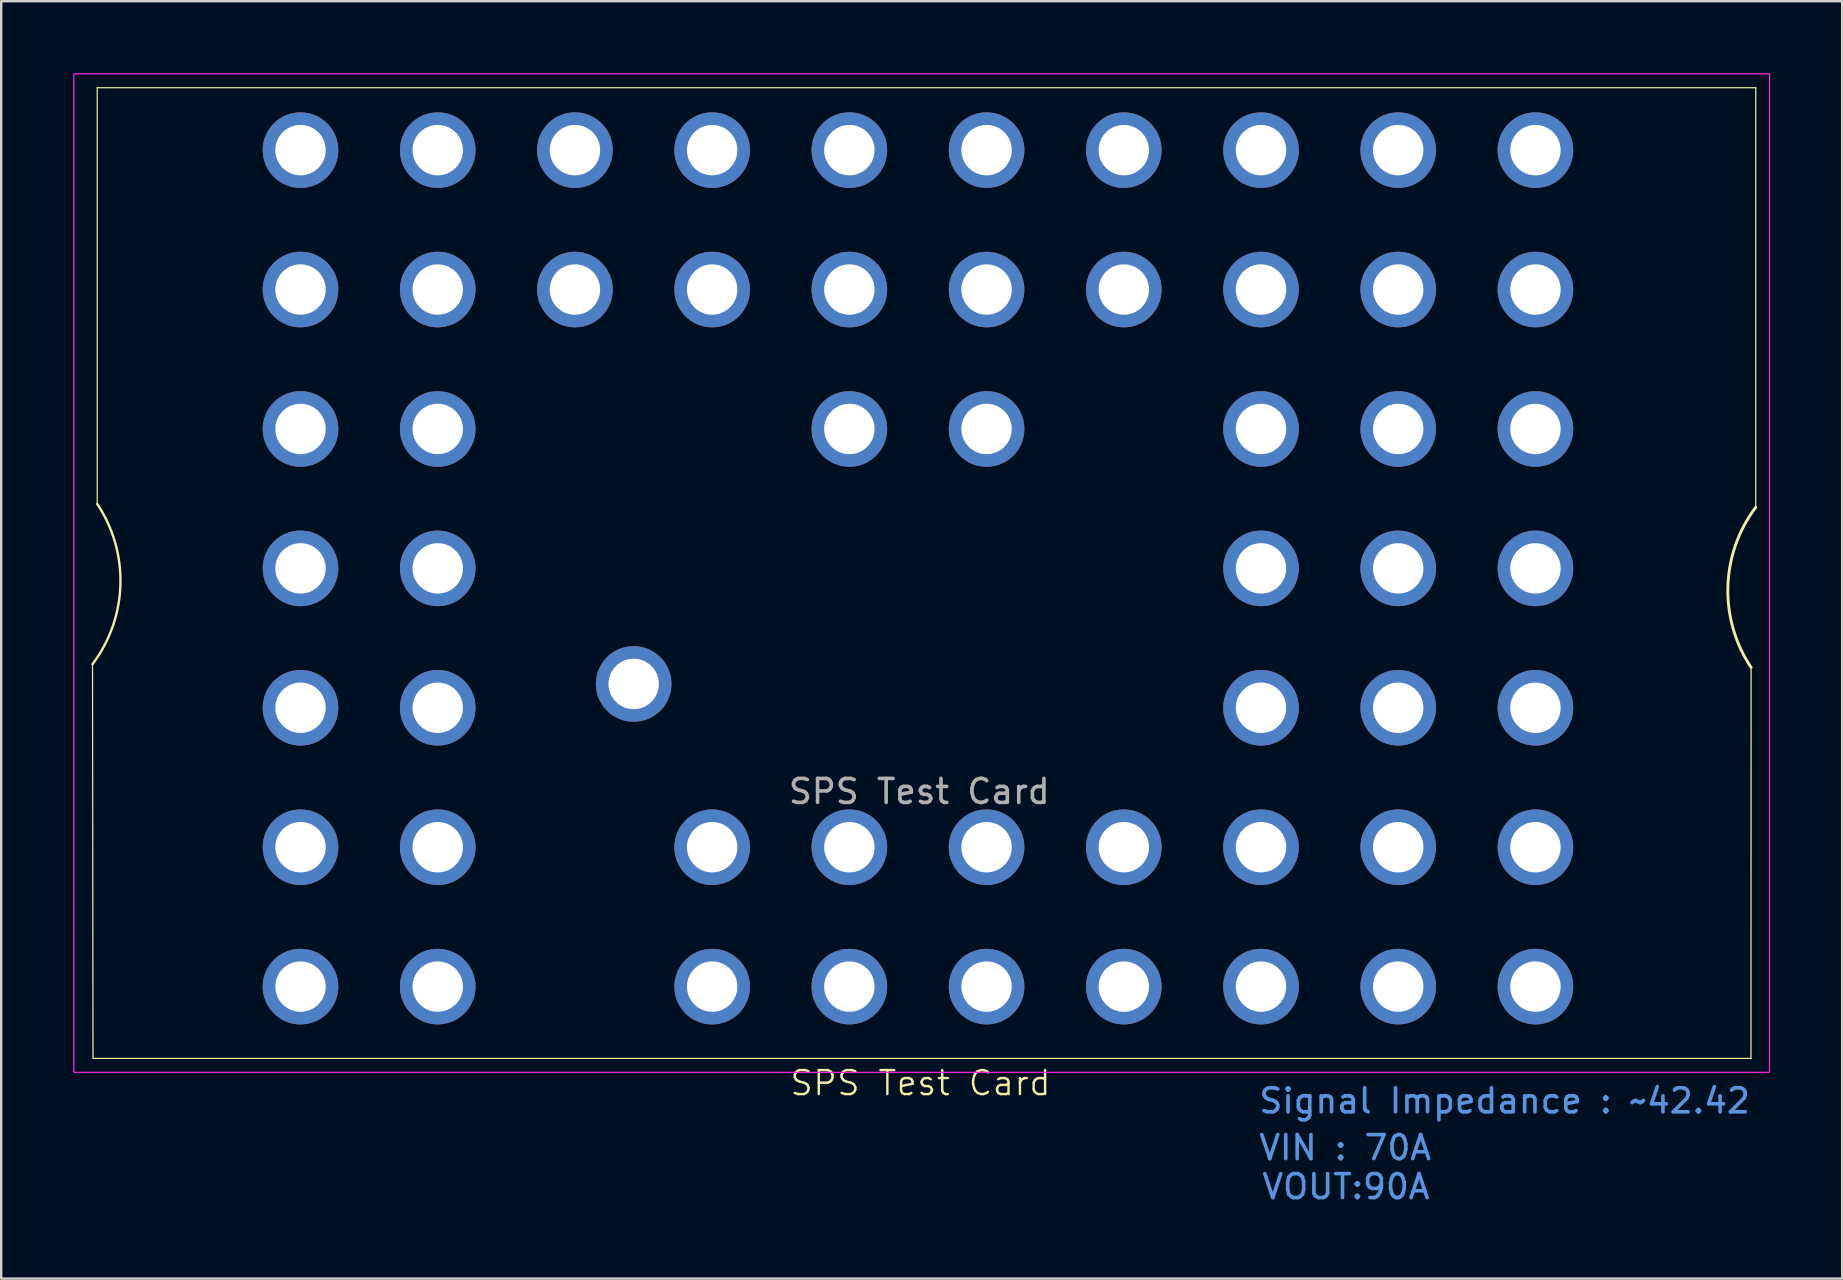
<source format=kicad_pcb>
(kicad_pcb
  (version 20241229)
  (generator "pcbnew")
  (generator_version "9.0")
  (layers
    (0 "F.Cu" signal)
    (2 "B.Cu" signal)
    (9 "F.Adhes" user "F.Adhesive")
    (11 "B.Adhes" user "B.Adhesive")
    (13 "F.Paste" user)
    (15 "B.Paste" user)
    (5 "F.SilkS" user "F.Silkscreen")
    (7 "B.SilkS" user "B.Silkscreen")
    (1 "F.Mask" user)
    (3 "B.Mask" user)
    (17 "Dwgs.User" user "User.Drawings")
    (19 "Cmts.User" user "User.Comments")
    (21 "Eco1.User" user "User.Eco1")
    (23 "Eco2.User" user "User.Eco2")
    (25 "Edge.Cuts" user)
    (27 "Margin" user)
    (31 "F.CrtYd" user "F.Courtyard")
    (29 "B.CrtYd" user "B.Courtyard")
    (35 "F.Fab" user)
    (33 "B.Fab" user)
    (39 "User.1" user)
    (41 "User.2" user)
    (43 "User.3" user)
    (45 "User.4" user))
  (footprint "SPS Test Card"
    (layer "F.Cu")
    (at 35.275 44.45)
    (property "Reference" "SPS Test Card" (at 0.025 -2.375 0) (unlocked yes) (layer "F.SilkS") (effects (font (size 1 1) (thickness 0.1))))
    (attr through_hole)
    (fp_line (start -34.47 -19.83) (end -34.45 -3.405) (stroke (width 0.05) (type default)) (layer "F.SilkS"))
    (fp_line (start -34.45 -3.405) (end 34.625 -3.405) (stroke (width 0.05) (type default)) (layer "F.SilkS"))
    (fp_line (start -34.275 -43.845) (end -34.275 -26.505) (stroke (width 0.05) (type default)) (layer "F.SilkS"))
    (fp_line (start 34.63 -19.692) (end 34.625 -3.405) (stroke (width 0.05) (type default)) (layer "F.SilkS"))
    (fp_line (start 34.825 -43.845) (end -34.275 -43.845) (stroke (width 0.05) (type default)) (layer "F.SilkS"))
    (fp_line (start 34.825 -26.368) (end 34.825 -43.845) (stroke (width 0.05) (type default)) (layer "F.SilkS"))
    (fp_arc (start -34.275 -26.505) (mid -33.308586 -23.136254) (end -34.470339 -19.829784) (stroke (width 0.1) (type default)) (layer "F.SilkS"))
    (fp_arc (start 34.62966 -19.692392) (mid 33.663254 -23.061138) (end 34.825 -26.367608) (stroke (width 0.12) (type default)) (layer "F.SilkS"))
    (fp_rect (start -35.25 -44.425) (end 35.4 -2.825) (stroke (width 0.05) (type default)) (fill no) (layer "F.CrtYd"))
    (fp_text user "Signal Impedance : ~42.42" (at 14.05 -1.05 0) (unlocked yes) (layer "Cmts.User") (effects (font (size 1 1) (thickness 0.15)) (justify left bottom)))
    (fp_text user "VIN : 70A" (at 14.05 0.9 0) (unlocked yes) (layer "Cmts.User") (effects (font (size 1 1) (thickness 0.15)) (justify left bottom)))
    (fp_text user "VOUT:90A" (at 14.175 2.525 0) (unlocked yes) (layer "Cmts.User") (effects (font (size 1 1) (thickness 0.15)) (justify left bottom)))
    (fp_text user "${REFERENCE}" (at -0.025 -14.525 0) (unlocked yes) (layer "F.Fab") (effects (font (size 1 1) (thickness 0.15))))
    (pad "1" thru_hole circle (at -25.805 -18.012 90) (size 3.15 3.15) (drill 2.1) (layers "*.Cu" "*.Mask"))
    (pad "2" thru_hole circle (at -25.805 -41.245) (size 3.15 3.15) (drill 2.1) (layers "*.Cu" "*.Mask"))
    (pad "2" thru_hole circle (at -25.805 -35.437) (size 3.15 3.15) (drill 2.1) (layers "*.Cu" "*.Mask"))
    (pad "2" thru_hole circle (at -25.805 -29.628) (size 3.15 3.15) (drill 2.1) (layers "*.Cu" "*.Mask"))
    (pad "2" thru_hole circle (at -25.805 -6.395) (size 3.15 3.15) (drill 2.1) (layers "*.Cu" "*.Mask"))
    (pad "2" thru_hole circle (at -20.088 -41.245) (size 3.15 3.15) (drill 2.1) (layers "*.Cu" "*.Mask"))
    (pad "2" thru_hole circle (at -14.372 -41.245) (size 3.15 3.15) (drill 2.1) (layers "*.Cu" "*.Mask"))
    (pad "2" thru_hole circle (at -8.655 -41.245) (size 3.15 3.15) (drill 2.1) (layers "*.Cu" "*.Mask"))
    (pad "3" thru_hole circle (at -25.805 -12.203) (size 3.15 3.15) (drill 2.1) (layers "*.Cu" "*.Mask"))
    (pad "4" thru_hole circle (at -8.655 -6.395) (size 3.15 3.15) (drill 2.1) (layers "*.Cu" "*.Mask"))
    (pad "6" thru_hole circle (at -20.088 -12.203) (size 3.15 3.15) (drill 2.1) (layers "*.Cu" "*.Mask"))
    (pad "10" thru_hole circle (at -11.925 -19.005) (size 3.15 3.15) (drill 2.1) (layers "*.Cu" "*.Mask"))
    (pad "25" thru_hole circle (at 2.778 -41.245) (size 3.15 3.15) (drill 2.1) (layers "*.Cu" "*.Mask"))
    (pad "25" thru_hole circle (at 8.495 -35.437) (size 3.15 3.15) (drill 2.1) (layers "*.Cu" "*.Mask"))
    (pad "25" thru_hole circle (at 14.212 -41.245) (size 3.15 3.15) (drill 2.1) (layers "*.Cu" "*.Mask"))
    (pad "25" thru_hole circle (at 14.212 -29.628) (size 3.15 3.15) (drill 2.1) (layers "*.Cu" "*.Mask"))
    (pad "25" thru_hole circle (at 19.928 -35.437) (size 3.15 3.15) (drill 2.1) (layers "*.Cu" "*.Mask"))
    (pad "25" thru_hole circle (at 25.645 -41.245) (size 3.15 3.15) (drill 2.1) (layers "*.Cu" "*.Mask"))
    (pad "25" thru_hole circle (at 25.645 -29.628) (size 3.15 3.15) (drill 2.1) (layers "*.Cu" "*.Mask"))
    (pad "32" thru_hole circle (at -2.938 -35.437) (size 3.15 3.15) (drill 2.1) (layers "*.Cu" "*.Mask"))
    (pad "33" thru_hole circle (at -8.655 -35.437) (size 3.15 3.15) (drill 2.1) (layers "*.Cu" "*.Mask"))
    (pad "34" thru_hole circle (at -14.372 -35.437) (size 3.15 3.15) (drill 2.1) (layers "*.Cu" "*.Mask"))
    (pad "35" thru_hole circle (at -20.088 -35.437) (size 3.15 3.15) (drill 2.1) (layers "*.Cu" "*.Mask"))
    (pad "36" thru_hole circle (at -20.088 -29.628) (size 3.15 3.15) (drill 2.1) (layers "*.Cu" "*.Mask"))
    (pad "37" thru_hole circle (at -20.088 -18.012) (size 3.15 3.15) (drill 2.1) (layers "*.Cu" "*.Mask"))
    (pad "37" thru_hole circle (at -20.088 -6.395) (size 3.15 3.15) (drill 2.1) (layers "*.Cu" "*.Mask"))
    (pad "37" thru_hole circle (at -8.655 -12.203) (size 3.15 3.15) (drill 2.1) (layers "*.Cu" "*.Mask"))
    (pad "37" thru_hole circle (at -2.938 -41.245) (size 3.15 3.15) (drill 2.1) (layers "*.Cu" "*.Mask"))
    (pad "37" thru_hole circle (at -2.938 -6.395) (size 3.15 3.15) (drill 2.1) (layers "*.Cu" "*.Mask"))
    (pad "37" thru_hole circle (at 2.778 -35.437) (size 3.15 3.15) (drill 2.1) (layers "*.Cu" "*.Mask"))
    (pad "37" thru_hole circle (at 2.778 -29.628) (size 3.15 3.15) (drill 2.1) (layers "*.Cu" "*.Mask"))
    (pad "37" thru_hole circle (at 2.778 -12.203) (size 3.15 3.15) (drill 2.1) (layers "*.Cu" "*.Mask"))
    (pad "37" thru_hole circle (at 8.495 -41.245) (size 3.15 3.15) (drill 2.1) (layers "*.Cu" "*.Mask"))
    (pad "37" thru_hole circle (at 8.495 -6.395) (size 3.15 3.15) (drill 2.1) (layers "*.Cu" "*.Mask"))
    (pad "37" thru_hole circle (at 14.212 -35.437) (size 3.15 3.15) (drill 2.1) (layers "*.Cu" "*.Mask"))
    (pad "37" thru_hole circle (at 14.212 -23.82) (size 3.15 3.15) (drill 2.1) (layers "*.Cu" "*.Mask"))
    (pad "37" thru_hole circle (at 14.212 -12.203) (size 3.15 3.15) (drill 2.1) (layers "*.Cu" "*.Mask"))
    (pad "37" thru_hole circle (at 19.928 -41.245) (size 3.15 3.15) (drill 2.1) (layers "*.Cu" "*.Mask"))
    (pad "37" thru_hole circle (at 19.928 -29.628) (size 3.15 3.15) (drill 2.1) (layers "*.Cu" "*.Mask"))
    (pad "37" thru_hole circle (at 19.928 -18.012) (size 3.15 3.15) (drill 2.1) (layers "*.Cu" "*.Mask"))
    (pad "37" thru_hole circle (at 19.928 -6.395) (size 3.15 3.15) (drill 2.1) (layers "*.Cu" "*.Mask"))
    (pad "37" thru_hole circle (at 25.645 -35.437) (size 3.15 3.15) (drill 2.1) (layers "*.Cu" "*.Mask"))
    (pad "37" thru_hole circle (at 25.645 -23.82) (size 3.15 3.15) (drill 2.1) (layers "*.Cu" "*.Mask"))
    (pad "37" thru_hole circle (at 25.645 -12.203) (size 3.15 3.15) (drill 2.1) (layers "*.Cu" "*.Mask"))
    (pad "38" thru_hole circle (at -25.805 -23.82) (size 3.15 3.15) (drill 2.1) (layers "*.Cu" "*.Mask"))
    (pad "39" thru_hole circle (at -20.088 -23.82) (size 3.15 3.15) (drill 2.1) (layers "*.Cu" "*.Mask"))
    (pad "40" thru_hole circle (at -2.938 -12.203 270) (size 3.15 3.15) (drill 2.1) (layers "*.Cu" "*.Mask"))
    (pad "40" thru_hole circle (at 2.778 -6.395 90) (size 3.15 3.15) (drill 2.1) (layers "*.Cu" "*.Mask"))
    (pad "40" thru_hole circle (at 8.495 -12.203) (size 3.15 3.15) (drill 2.1) (layers "*.Cu" "*.Mask"))
    (pad "40" thru_hole circle (at 14.212 -18.012 90) (size 3.15 3.15) (drill 2.1) (layers "*.Cu" "*.Mask"))
    (pad "40" thru_hole circle (at 14.212 -6.395 90) (size 3.15 3.15) (drill 2.1) (layers "*.Cu" "*.Mask"))
    (pad "40" thru_hole circle (at 19.928 -23.82 90) (size 3.15 3.15) (drill 2.1) (layers "*.Cu" "*.Mask"))
    (pad "40" thru_hole circle (at 19.928 -12.203 90) (size 3.15 3.15) (drill 2.1) (layers "*.Cu" "*.Mask"))
    (pad "40" thru_hole circle (at 25.645 -18.012 90) (size 3.15 3.15) (drill 2.1) (layers "*.Cu" "*.Mask"))
    (pad "40" thru_hole circle (at 25.645 -6.395 90) (size 3.15 3.15) (drill 2.1) (layers "*.Cu" "*.Mask"))
    (pad "45" thru_hole circle (at -2.938 -29.628) (size 3.15 3.15) (drill 2.1) (layers "*.Cu" "*.Mask")))
  (gr_rect
    (start -3 -3)
    (end 73.7 50.221)
    (stroke (width 0.1) (type default))
    (fill no)
    (layer "Edge.Cuts")))
</source>
